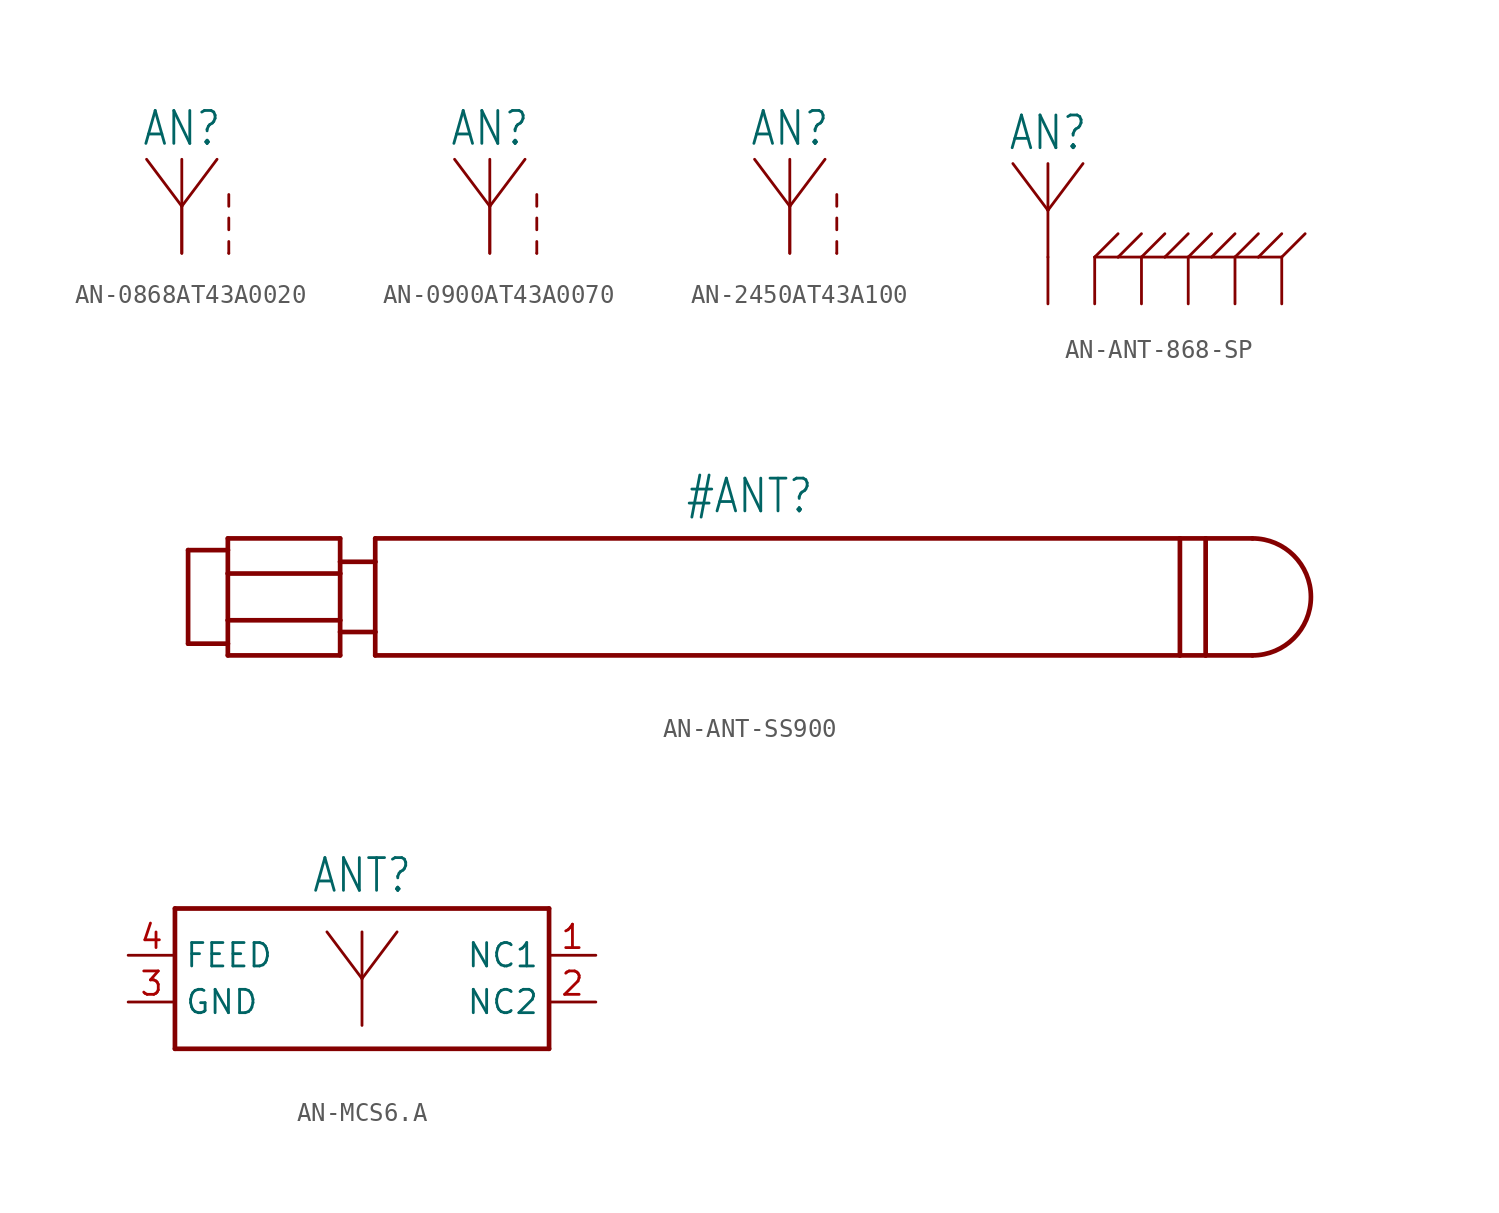
<source format=kicad_sym>
(kicad_symbol_lib
  (version 20231120)
  (generator "kicad_symbol_editor")
  (generator_version "8.0")
  (symbol "AN-0868AT43A0020"
    (property "Reference" "AN"
      (at 0 3.175 0)
      (effects (font (size 1.778 1.511)) (justify bottom)))
    (property "Value" ""
      (at 0 5.715 0)
      (effects (font (size 1.778 1.511)) (justify bottom)))
    (property "ki_locked" ""
      (at 0 0 0)
      (effects (font (size 1.27 1.27))))
    (symbol "AN-0868AT43A0020_1_0"
      (polyline (pts (xy 0 -2.54) (xy 0 0)) (stroke (width 0.152) (type solid)) (fill (type none)))
      (polyline (pts (xy 0 0) (xy -1.905 2.54)) (stroke (width 0.152) (type solid)) (fill (type none)))
      (polyline (pts (xy 0 0) (xy 0 2.54)) (stroke (width 0.152) (type solid)) (fill (type none)))
      (polyline (pts (xy 0 0) (xy 1.905 2.54)) (stroke (width 0.152) (type solid)) (fill (type none)))
      (polyline (pts (xy 2.54 -2.54) (xy 2.54 -1.905)) (stroke (width 0.152) (type solid)) (fill (type none)))
      (polyline (pts (xy 2.54 -1.27) (xy 2.54 -0.635)) (stroke (width 0.152) (type solid)) (fill (type none)))
      (polyline (pts (xy 2.54 0) (xy 2.54 0.635)) (stroke (width 0.152) (type solid)) (fill (type none)))
      (pin passive line (at 0 -2.54 90) (length 2.54) (name "FEED" (effects (font (size 0 0)))) (number "1" (effects (font (size 0 0)))))
      (pin passive line (at 2.54 -2.54 90) (length 0) (name "TAIL" (effects (font (size 0 0)))) (number "2" (effects (font (size 0 0)))))))
  (symbol "AN-0900AT43A0070"
    (property "Reference" "AN"
      (at 0 3.175 0)
      (effects (font (size 1.778 1.511)) (justify bottom)))
    (property "Value" ""
      (at 0 5.715 0)
      (effects (font (size 1.778 1.511)) (justify bottom)))
    (property "ki_locked" ""
      (at 0 0 0)
      (effects (font (size 1.27 1.27))))
    (symbol "AN-0900AT43A0070_1_0"
      (polyline (pts (xy 0 -2.54) (xy 0 0)) (stroke (width 0.152) (type solid)) (fill (type none)))
      (polyline (pts (xy 0 0) (xy -1.905 2.54)) (stroke (width 0.152) (type solid)) (fill (type none)))
      (polyline (pts (xy 0 0) (xy 0 2.54)) (stroke (width 0.152) (type solid)) (fill (type none)))
      (polyline (pts (xy 0 0) (xy 1.905 2.54)) (stroke (width 0.152) (type solid)) (fill (type none)))
      (polyline (pts (xy 2.54 -2.54) (xy 2.54 -1.905)) (stroke (width 0.152) (type solid)) (fill (type none)))
      (polyline (pts (xy 2.54 -1.27) (xy 2.54 -0.635)) (stroke (width 0.152) (type solid)) (fill (type none)))
      (polyline (pts (xy 2.54 0) (xy 2.54 0.635)) (stroke (width 0.152) (type solid)) (fill (type none)))
      (pin passive line (at 0 -2.54 90) (length 2.54) (name "FEED" (effects (font (size 0 0)))) (number "1" (effects (font (size 0 0)))))
      (pin passive line (at 2.54 -2.54 90) (length 0) (name "TAIL" (effects (font (size 0 0)))) (number "2" (effects (font (size 0 0)))))))
  (symbol "AN-2450AT43A100"
    (property "Reference" "AN"
      (at 0 3.175 0)
      (effects (font (size 1.778 1.511)) (justify bottom)))
    (property "Value" ""
      (at 0 5.715 0)
      (effects (font (size 1.778 1.511)) (justify bottom)))
    (property "ki_locked" ""
      (at 0 0 0)
      (effects (font (size 1.27 1.27))))
    (symbol "AN-2450AT43A100_1_0"
      (polyline (pts (xy 0 -2.54) (xy 0 0)) (stroke (width 0.152) (type solid)) (fill (type none)))
      (polyline (pts (xy 0 0) (xy -1.905 2.54)) (stroke (width 0.152) (type solid)) (fill (type none)))
      (polyline (pts (xy 0 0) (xy 0 2.54)) (stroke (width 0.152) (type solid)) (fill (type none)))
      (polyline (pts (xy 0 0) (xy 1.905 2.54)) (stroke (width 0.152) (type solid)) (fill (type none)))
      (polyline (pts (xy 2.54 -2.54) (xy 2.54 -1.905)) (stroke (width 0.152) (type solid)) (fill (type none)))
      (polyline (pts (xy 2.54 -1.27) (xy 2.54 -0.635)) (stroke (width 0.152) (type solid)) (fill (type none)))
      (polyline (pts (xy 2.54 0) (xy 2.54 0.635)) (stroke (width 0.152) (type solid)) (fill (type none)))
      (pin passive line (at 0 -2.54 90) (length 2.54) (name "FEED" (effects (font (size 0 0)))) (number "1" (effects (font (size 0 0)))))
      (pin passive line (at 2.54 -2.54 90) (length 0) (name "TAIL" (effects (font (size 0 0)))) (number "2" (effects (font (size 0 0)))))))
  (symbol "AN-ANT-868-SP"
    (property "Reference" "AN"
      (at 0 3.175 0)
      (effects (font (size 1.778 1.511)) (justify bottom)))
    (property "Value" ""
      (at 0 5.715 0)
      (effects (font (size 1.778 1.511)) (justify bottom)))
    (property "ki_locked" ""
      (at 0 0 0)
      (effects (font (size 1.27 1.27))))
    (symbol "AN-ANT-868-SP_1_0"
      (polyline (pts (xy 0 -2.54) (xy 0 0)) (stroke (width 0.152) (type solid)) (fill (type none)))
      (polyline (pts (xy 0 0) (xy -1.905 2.54)) (stroke (width 0.152) (type solid)) (fill (type none)))
      (polyline (pts (xy 0 0) (xy 0 2.54)) (stroke (width 0.152) (type solid)) (fill (type none)))
      (polyline (pts (xy 0 0) (xy 1.905 2.54)) (stroke (width 0.152) (type solid)) (fill (type none)))
      (polyline (pts (xy 2.54 -2.54) (xy 3.81 -1.27)) (stroke (width 0.152) (type solid)) (fill (type none)))
      (polyline (pts (xy 3.81 -2.54) (xy 2.54 -2.54)) (stroke (width 0.152) (type solid)) (fill (type none)))
      (polyline (pts (xy 3.81 -2.54) (xy 5.08 -1.27)) (stroke (width 0.152) (type solid)) (fill (type none)))
      (polyline (pts (xy 5.08 -2.54) (xy 3.81 -2.54)) (stroke (width 0.152) (type solid)) (fill (type none)))
      (polyline (pts (xy 5.08 -2.54) (xy 6.35 -1.27)) (stroke (width 0.152) (type solid)) (fill (type none)))
      (polyline (pts (xy 6.35 -2.54) (xy 5.08 -2.54)) (stroke (width 0.152) (type solid)) (fill (type none)))
      (polyline (pts (xy 6.35 -2.54) (xy 7.62 -1.27)) (stroke (width 0.152) (type solid)) (fill (type none)))
      (polyline (pts (xy 7.62 -2.54) (xy 6.35 -2.54)) (stroke (width 0.152) (type solid)) (fill (type none)))
      (polyline (pts (xy 7.62 -2.54) (xy 8.89 -1.27)) (stroke (width 0.152) (type solid)) (fill (type none)))
      (polyline (pts (xy 8.89 -2.54) (xy 7.62 -2.54)) (stroke (width 0.152) (type solid)) (fill (type none)))
      (polyline (pts (xy 8.89 -2.54) (xy 10.16 -1.27)) (stroke (width 0.152) (type solid)) (fill (type none)))
      (polyline (pts (xy 10.16 -2.54) (xy 8.89 -2.54)) (stroke (width 0.152) (type solid)) (fill (type none)))
      (polyline (pts (xy 10.16 -2.54) (xy 11.43 -1.27)) (stroke (width 0.152) (type solid)) (fill (type none)))
      (polyline (pts (xy 11.43 -2.54) (xy 10.16 -2.54)) (stroke (width 0.152) (type solid)) (fill (type none)))
      (polyline (pts (xy 11.43 -2.54) (xy 12.7 -1.27)) (stroke (width 0.152) (type solid)) (fill (type none)))
      (polyline (pts (xy 12.7 -2.54) (xy 11.43 -2.54)) (stroke (width 0.152) (type solid)) (fill (type none)))
      (polyline (pts (xy 12.7 -2.54) (xy 13.97 -1.27)) (stroke (width 0.152) (type solid)) (fill (type none)))
      (pin passive line (at 0 -5.08 90) (length 2.54) (name "1" (effects (font (size 0 0)))) (number "1" (effects (font (size 0 0)))))
      (pin passive line (at 2.54 -5.08 90) (length 2.54) (name "2" (effects (font (size 0 0)))) (number "2" (effects (font (size 0 0)))))
      (pin passive line (at 5.08 -5.08 90) (length 2.54) (name "3" (effects (font (size 0 0)))) (number "3" (effects (font (size 0 0)))))
      (pin passive line (at 7.62 -5.08 90) (length 2.54) (name "4" (effects (font (size 0 0)))) (number "4" (effects (font (size 0 0)))))
      (pin passive line (at 10.16 -5.08 90) (length 2.54) (name "5" (effects (font (size 0 0)))) (number "5" (effects (font (size 0 0)))))
      (pin passive line (at 12.7 -5.08 90) (length 2.54) (name "6" (effects (font (size 0 0)))) (number "6" (effects (font (size 0 0)))))))
  (symbol "AN-ANT-SS900"
    (property "Reference" "#ANT"
      (at 0 4.445 0)
      (effects (font (size 1.778 1.511)) (justify bottom)))
    (property "Value" ""
      (at 0 -4.445 0)
      (effects (font (size 1.778 1.511)) (justify top)))
    (property "ki_locked" ""
      (at 0 0 0)
      (effects (font (size 1.27 1.27))))
    (symbol "AN-ANT-SS900_1_0"
      (polyline (pts (xy -30.48 -2.54) (xy -28.321 -2.54)) (stroke (width 0.254) (type solid)) (fill (type none)))
      (polyline (pts (xy -30.48 2.54) (xy -30.48 -2.54)) (stroke (width 0.254) (type solid)) (fill (type none)))
      (polyline (pts (xy -28.321 -3.175) (xy -28.321 -2.54)) (stroke (width 0.254) (type solid)) (fill (type none)))
      (polyline (pts (xy -28.321 -2.54) (xy -28.321 -1.27)) (stroke (width 0.254) (type solid)) (fill (type none)))
      (polyline (pts (xy -28.321 -1.27) (xy -28.321 1.27)) (stroke (width 0.254) (type solid)) (fill (type none)))
      (polyline (pts (xy -28.321 -1.27) (xy -22.225 -1.27)) (stroke (width 0.254) (type solid)) (fill (type none)))
      (polyline (pts (xy -28.321 1.27) (xy -28.321 2.54)) (stroke (width 0.254) (type solid)) (fill (type none)))
      (polyline (pts (xy -28.321 1.27) (xy -22.225 1.27)) (stroke (width 0.254) (type solid)) (fill (type none)))
      (polyline (pts (xy -28.321 2.54) (xy -30.48 2.54)) (stroke (width 0.254) (type solid)) (fill (type none)))
      (polyline (pts (xy -28.321 2.54) (xy -28.321 3.175)) (stroke (width 0.254) (type solid)) (fill (type none)))
      (polyline (pts (xy -28.321 3.175) (xy -22.225 3.175)) (stroke (width 0.254) (type solid)) (fill (type none)))
      (polyline (pts (xy -22.225 -3.175) (xy -28.321 -3.175)) (stroke (width 0.254) (type solid)) (fill (type none)))
      (polyline (pts (xy -22.225 -1.905) (xy -22.225 -3.175)) (stroke (width 0.254) (type solid)) (fill (type none)))
      (polyline (pts (xy -22.225 -1.905) (xy -20.32 -1.905)) (stroke (width 0.254) (type solid)) (fill (type none)))
      (polyline (pts (xy -22.225 -1.27) (xy -22.225 -1.905)) (stroke (width 0.254) (type solid)) (fill (type none)))
      (polyline (pts (xy -22.225 1.27) (xy -22.225 -1.27)) (stroke (width 0.254) (type solid)) (fill (type none)))
      (polyline (pts (xy -22.225 1.905) (xy -22.225 1.27)) (stroke (width 0.254) (type solid)) (fill (type none)))
      (polyline (pts (xy -22.225 1.905) (xy -20.32 1.905)) (stroke (width 0.254) (type solid)) (fill (type none)))
      (polyline (pts (xy -22.225 3.175) (xy -22.225 1.905)) (stroke (width 0.254) (type solid)) (fill (type none)))
      (polyline (pts (xy -20.32 -3.175) (xy 23.368 -3.175)) (stroke (width 0.254) (type solid)) (fill (type none)))
      (polyline (pts (xy -20.32 -1.905) (xy -20.32 -3.175)) (stroke (width 0.254) (type solid)) (fill (type none)))
      (polyline (pts (xy -20.32 -1.905) (xy -20.32 1.905)) (stroke (width 0.254) (type solid)) (fill (type none)))
      (polyline (pts (xy -20.32 1.905) (xy -20.32 3.175)) (stroke (width 0.254) (type solid)) (fill (type none)))
      (polyline (pts (xy -20.32 3.175) (xy 23.368 3.175)) (stroke (width 0.254) (type solid)) (fill (type none)))
      (polyline (pts (xy 23.368 -3.175) (xy 24.765 -3.175)) (stroke (width 0.254) (type solid)) (fill (type none)))
      (polyline (pts (xy 23.368 3.175) (xy 23.368 -3.175)) (stroke (width 0.254) (type solid)) (fill (type none)))
      (polyline (pts (xy 23.368 3.175) (xy 24.765 3.175)) (stroke (width 0.254) (type solid)) (fill (type none)))
      (polyline (pts (xy 24.765 -3.175) (xy 27.305 -3.175)) (stroke (width 0.254) (type solid)) (fill (type none)))
      (polyline (pts (xy 24.765 3.175) (xy 24.765 -3.175)) (stroke (width 0.254) (type solid)) (fill (type none)))
      (polyline (pts (xy 24.765 3.175) (xy 27.305 3.175)) (stroke (width 0.254) (type solid)) (fill (type none)))
      (arc (start 27.305 -3.175) (mid 30.48 0) (end 27.305 3.175) (stroke (width 0.254) (type solid)) (fill (type none)))))
  (symbol "AN-MCS6.A"
    (property "Reference" "ANT"
      (at 0 3.302 0)
      (effects (font (size 1.778 1.511)) (justify bottom)))
    (property "Value" ""
      (at 0 -5.842 0)
      (effects (font (size 1.778 1.511)) (justify top)))
    (property "ki_locked" ""
      (at 0 0 0)
      (effects (font (size 1.27 1.27))))
    (symbol "AN-MCS6.A_1_0"
      (polyline (pts (xy -10.16 -5.08) (xy -10.16 2.54)) (stroke (width 0.254) (type solid)) (fill (type none)))
      (polyline (pts (xy -10.16 2.54) (xy 10.16 2.54)) (stroke (width 0.254) (type solid)) (fill (type none)))
      (polyline (pts (xy 0 -3.81) (xy 0 -1.27)) (stroke (width 0.152) (type solid)) (fill (type none)))
      (polyline (pts (xy 0 -1.27) (xy -1.905 1.27)) (stroke (width 0.152) (type solid)) (fill (type none)))
      (polyline (pts (xy 0 -1.27) (xy 0 1.27)) (stroke (width 0.152) (type solid)) (fill (type none)))
      (polyline (pts (xy 0 -1.27) (xy 1.905 1.27)) (stroke (width 0.152) (type solid)) (fill (type none)))
      (polyline (pts (xy 10.16 -5.08) (xy -10.16 -5.08)) (stroke (width 0.254) (type solid)) (fill (type none)))
      (polyline (pts (xy 10.16 2.54) (xy 10.16 -5.08)) (stroke (width 0.254) (type solid)) (fill (type none)))
      (pin passive line (at 12.7 0 180) (length 2.54) (name "NC1" (effects (font (size 1.27 1.27)))) (number "1" (effects (font (size 1.27 1.27)))))
      (pin passive line (at 12.7 -2.54 180) (length 2.54) (name "NC2" (effects (font (size 1.27 1.27)))) (number "2" (effects (font (size 1.27 1.27)))))
      (pin passive line (at -12.7 -2.54 0) (length 2.54) (name "GND" (effects (font (size 1.27 1.27)))) (number "3" (effects (font (size 1.27 1.27)))))
      (pin passive line (at -12.7 0 0) (length 2.54) (name "FEED" (effects (font (size 1.27 1.27)))) (number "4" (effects (font (size 1.27 1.27))))))))
</source>
